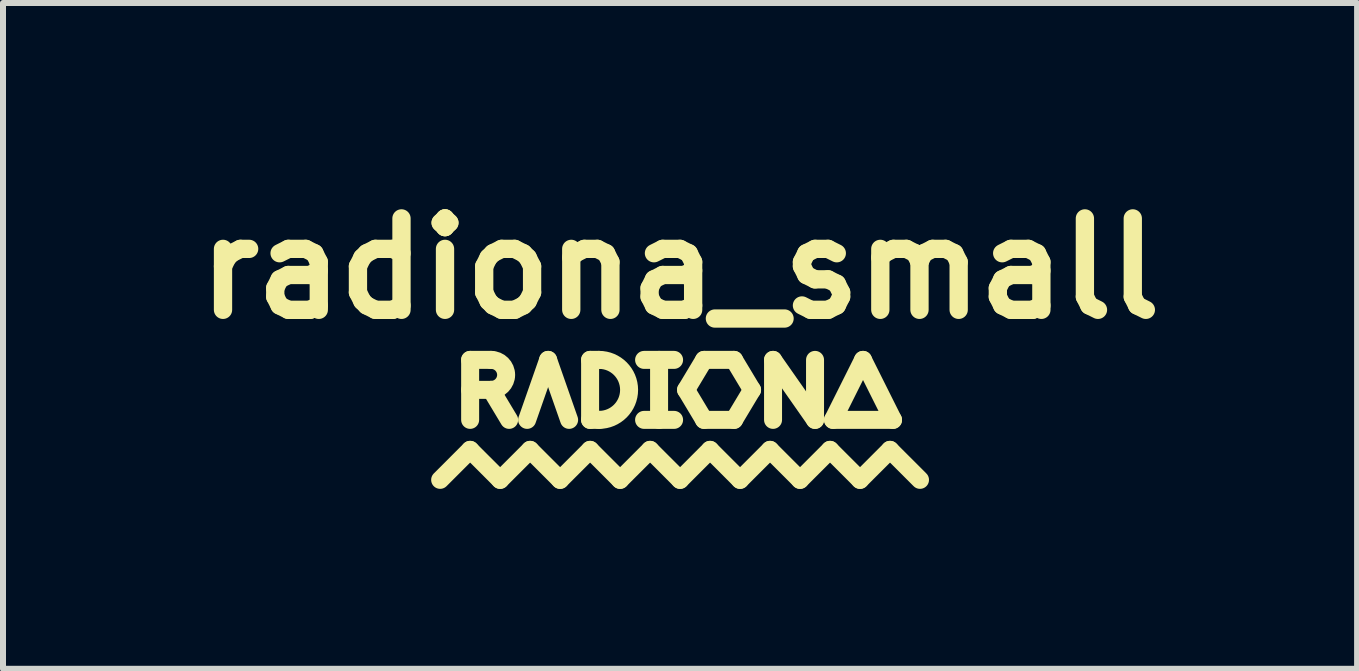
<source format=kicad_pcb>
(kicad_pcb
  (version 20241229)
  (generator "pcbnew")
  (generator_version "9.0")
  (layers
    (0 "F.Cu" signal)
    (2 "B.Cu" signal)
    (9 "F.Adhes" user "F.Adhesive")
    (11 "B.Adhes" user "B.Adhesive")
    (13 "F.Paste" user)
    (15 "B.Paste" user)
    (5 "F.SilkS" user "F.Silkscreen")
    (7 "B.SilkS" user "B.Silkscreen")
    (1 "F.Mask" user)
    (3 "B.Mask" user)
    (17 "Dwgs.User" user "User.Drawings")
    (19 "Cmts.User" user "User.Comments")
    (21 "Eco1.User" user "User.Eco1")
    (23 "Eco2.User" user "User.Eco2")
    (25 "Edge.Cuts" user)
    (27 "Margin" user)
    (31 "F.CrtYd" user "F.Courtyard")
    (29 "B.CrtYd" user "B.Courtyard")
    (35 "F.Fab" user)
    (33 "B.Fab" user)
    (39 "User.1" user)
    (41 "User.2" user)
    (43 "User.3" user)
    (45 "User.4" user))
  (footprint "radiona_small"
    (layer "F.Cu")
    (at 8.288 2.95)
    (property "Reference" "radiona_small" (at 0 -1.524 0) (layer "F.SilkS") (effects (font (size 1.524 1.524) (thickness 0.305))))
    (attr smd exclude_from_bom)
    (fp_line (start -4 2) (end -3.5 1.5) (stroke (width 0.3) (type solid)) (layer "F.SilkS"))
    (fp_line (start -3.5 0) (end -3.15 0) (stroke (width 0.3) (type solid)) (layer "F.SilkS"))
    (fp_line (start -3.5 0.5) (end -3.15 0.5) (stroke (width 0.3) (type solid)) (layer "F.SilkS"))
    (fp_line (start -3.5 1) (end -3.5 0) (stroke (width 0.3) (type solid)) (layer "F.SilkS"))
    (fp_line (start -3.5 1.5) (end -3 2) (stroke (width 0.3) (type solid)) (layer "F.SilkS"))
    (fp_line (start -3.15 0.5) (end -2.85 1) (stroke (width 0.3) (type solid)) (layer "F.SilkS"))
    (fp_line (start -3 2) (end -2.5 1.5) (stroke (width 0.3) (type solid)) (layer "F.SilkS"))
    (fp_line (start -2.55 1) (end -2.2 0) (stroke (width 0.3) (type solid)) (layer "F.SilkS"))
    (fp_line (start -2.5 1.5) (end -2 2) (stroke (width 0.3) (type solid)) (layer "F.SilkS"))
    (fp_line (start -2.2 0) (end -1.85 1) (stroke (width 0.3) (type solid)) (layer "F.SilkS"))
    (fp_line (start -2 2) (end -1.5 1.5) (stroke (width 0.3) (type solid)) (layer "F.SilkS"))
    (fp_line (start -1.5 0) (end -1.35 0) (stroke (width 0.3) (type solid)) (layer "F.SilkS"))
    (fp_line (start -1.5 1) (end -1.5 0) (stroke (width 0.3) (type solid)) (layer "F.SilkS"))
    (fp_line (start -1.5 1) (end -1.35 1) (stroke (width 0.3) (type solid)) (layer "F.SilkS"))
    (fp_line (start -1.5 1.5) (end -1 2) (stroke (width 0.3) (type solid)) (layer "F.SilkS"))
    (fp_line (start -1 2) (end -0.5 1.5) (stroke (width 0.3) (type solid)) (layer "F.SilkS"))
    (fp_line (start -0.6 0) (end -0.1 0) (stroke (width 0.3) (type solid)) (layer "F.SilkS"))
    (fp_line (start -0.6 1) (end -0.1 1) (stroke (width 0.3) (type solid)) (layer "F.SilkS"))
    (fp_line (start -0.5 1.5) (end 0 2) (stroke (width 0.3) (type solid)) (layer "F.SilkS"))
    (fp_line (start -0.35 0) (end -0.35 1) (stroke (width 0.3) (type solid)) (layer "F.SilkS"))
    (fp_line (start 0 2) (end 0.5 1.5) (stroke (width 0.3) (type solid)) (layer "F.SilkS"))
    (fp_line (start 0.1 0.5) (end 0.4 0) (stroke (width 0.3) (type solid)) (layer "F.SilkS"))
    (fp_line (start 0.4 1) (end 0.1 0.5) (stroke (width 0.3) (type solid)) (layer "F.SilkS"))
    (fp_line (start 0.4 1) (end 0.9 1) (stroke (width 0.3) (type solid)) (layer "F.SilkS"))
    (fp_line (start 0.5 1.5) (end 1 2) (stroke (width 0.3) (type solid)) (layer "F.SilkS"))
    (fp_line (start 0.9 0) (end 0.4 0) (stroke (width 0.3) (type solid)) (layer "F.SilkS"))
    (fp_line (start 0.9 0) (end 1.2 0.5) (stroke (width 0.3) (type solid)) (layer "F.SilkS"))
    (fp_line (start 1 2) (end 1.5 1.5) (stroke (width 0.3) (type solid)) (layer "F.SilkS"))
    (fp_line (start 1.2 0.5) (end 0.9 1) (stroke (width 0.3) (type solid)) (layer "F.SilkS"))
    (fp_line (start 1.5 1.5) (end 2 2) (stroke (width 0.3) (type solid)) (layer "F.SilkS"))
    (fp_line (start 1.55 0) (end 2.25 1) (stroke (width 0.3) (type solid)) (layer "F.SilkS"))
    (fp_line (start 1.55 1) (end 1.55 0) (stroke (width 0.3) (type solid)) (layer "F.SilkS"))
    (fp_line (start 2 2) (end 2.5 1.5) (stroke (width 0.3) (type solid)) (layer "F.SilkS"))
    (fp_line (start 2.25 1) (end 2.25 0) (stroke (width 0.3) (type solid)) (layer "F.SilkS"))
    (fp_line (start 2.5 1.5) (end 3 2) (stroke (width 0.3) (type solid)) (layer "F.SilkS"))
    (fp_line (start 2.55 1) (end 3.05 0) (stroke (width 0.3) (type solid)) (layer "F.SilkS"))
    (fp_line (start 3 2) (end 3.5 1.5) (stroke (width 0.3) (type solid)) (layer "F.SilkS"))
    (fp_line (start 3.05 0) (end 3.55 1) (stroke (width 0.3) (type solid)) (layer "F.SilkS"))
    (fp_line (start 3.5 1.5) (end 4 2) (stroke (width 0.3) (type solid)) (layer "F.SilkS"))
    (fp_line (start 3.55 1) (end 2.55 1) (stroke (width 0.3) (type solid)) (layer "F.SilkS"))
    (fp_arc (start -3.15 0) (mid -2.899932 0.250031) (end -3.15 0.5) (stroke (width 0.3) (type solid)) (layer "F.SilkS"))
    (fp_arc (start -1.35 0) (mid -0.849932 0.500031) (end -1.35 1) (stroke (width 0.3) (type solid)) (layer "F.SilkS")))
  (gr_rect
    (start -3 -3)
    (end 19.575 8.1)
    (stroke (width 0.1) (type default))
    (fill no)
    (layer "Edge.Cuts")))
</source>
